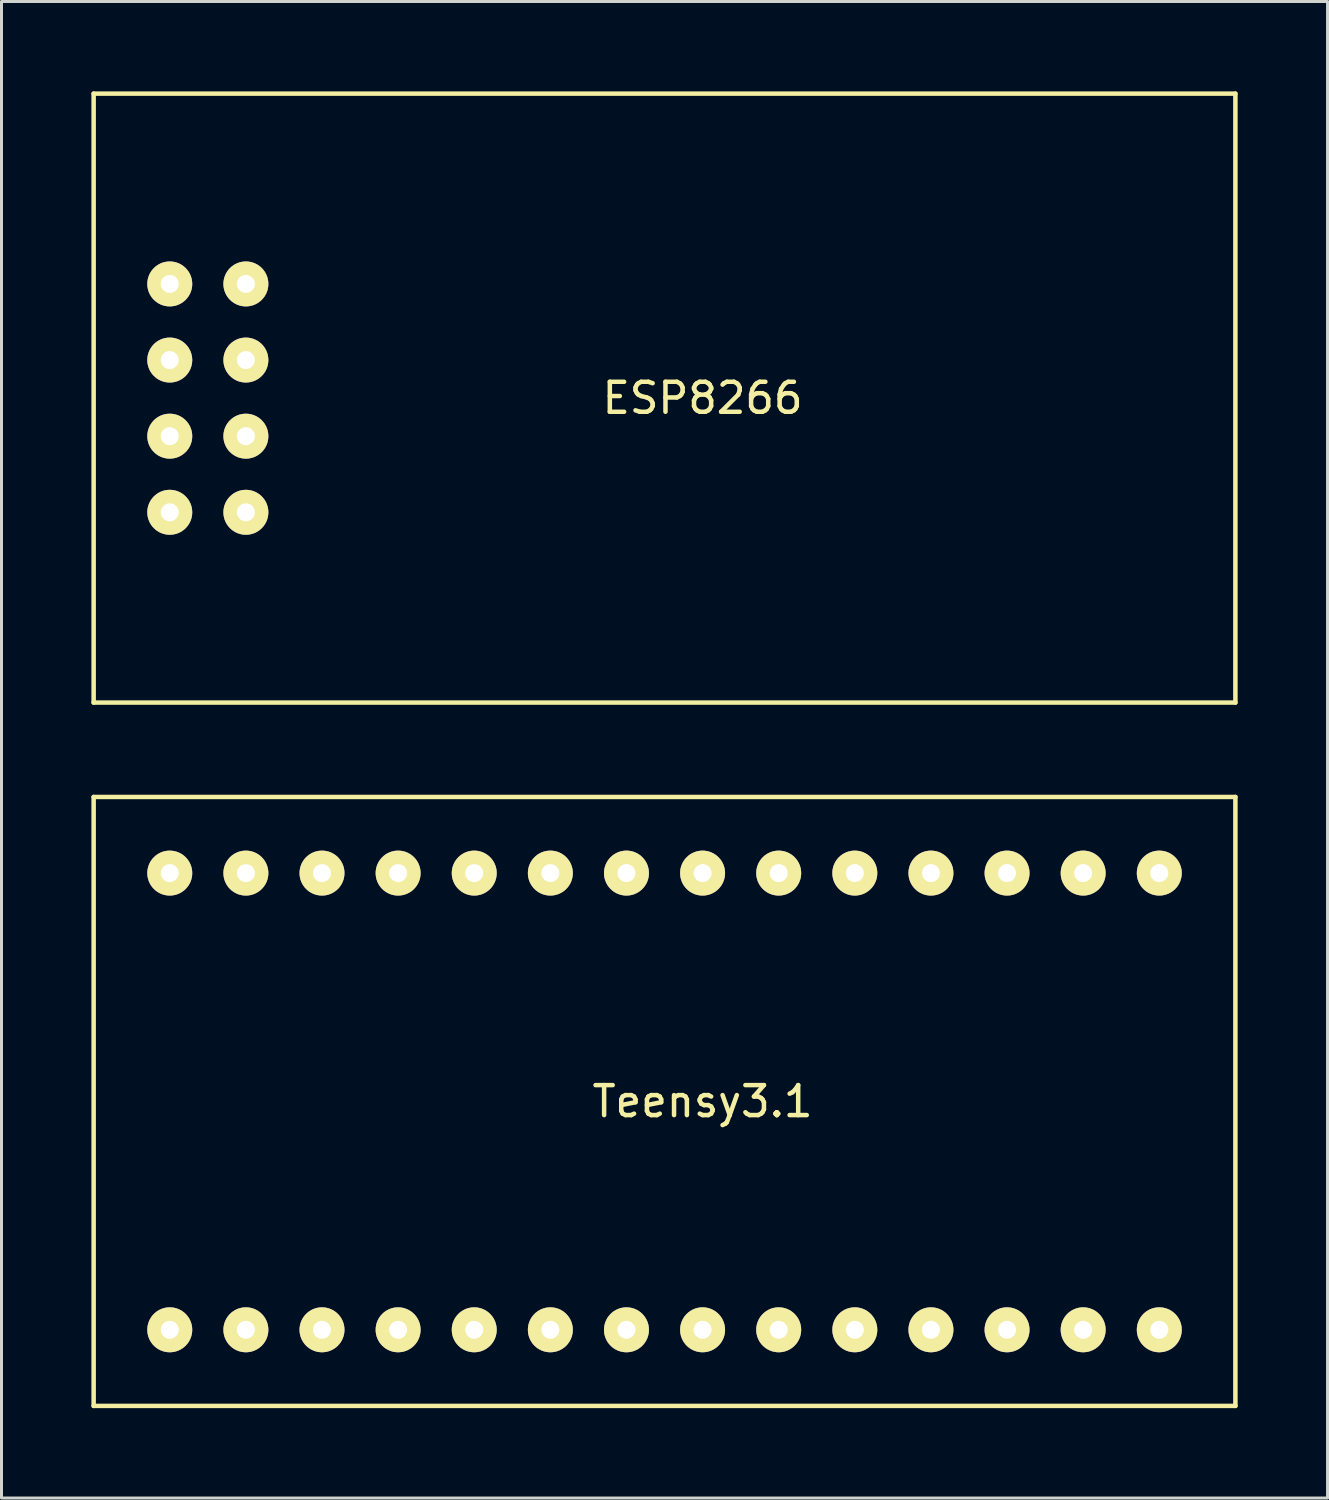
<source format=kicad_pcb>
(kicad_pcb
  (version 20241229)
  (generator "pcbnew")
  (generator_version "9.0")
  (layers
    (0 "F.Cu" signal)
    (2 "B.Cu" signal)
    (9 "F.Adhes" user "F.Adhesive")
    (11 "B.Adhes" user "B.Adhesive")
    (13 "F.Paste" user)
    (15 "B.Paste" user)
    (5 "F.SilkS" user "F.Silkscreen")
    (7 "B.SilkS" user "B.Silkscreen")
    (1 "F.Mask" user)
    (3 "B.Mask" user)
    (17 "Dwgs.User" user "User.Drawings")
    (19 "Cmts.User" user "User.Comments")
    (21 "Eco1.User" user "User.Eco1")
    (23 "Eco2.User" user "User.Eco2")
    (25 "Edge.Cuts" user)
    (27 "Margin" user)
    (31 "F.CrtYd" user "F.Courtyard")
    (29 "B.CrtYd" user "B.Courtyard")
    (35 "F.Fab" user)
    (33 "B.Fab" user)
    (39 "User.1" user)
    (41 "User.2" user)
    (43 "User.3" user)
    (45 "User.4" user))
  (footprint "ESP8266"
    (layer "F.Cu")
    (at 20.395 10.235)
    (property "Reference" "ESP8266" (at 0 0 0) (layer "F.SilkS") (effects (font (size 1 1) (thickness 0.15))))
    (attr through_hole)
    (fp_line (start -20.32 -10.16) (end -20.32 10.16) (stroke (width 0.15) (type solid)) (layer "F.SilkS"))
    (fp_line (start -20.32 10.16) (end 17.78 10.16) (stroke (width 0.15) (type solid)) (layer "F.SilkS"))
    (fp_line (start 17.78 -10.16) (end -20.32 -10.16) (stroke (width 0.15) (type solid)) (layer "F.SilkS"))
    (fp_line (start 17.78 10.16) (end 17.78 -10.16) (stroke (width 0.15) (type solid)) (layer "F.SilkS"))
    (pad "1" thru_hole circle (at -17.78 -3.81) (size 1.5 1.5) (drill 0.6) (layers "*.Cu" "*.Mask" "F.SilkS"))
    (pad "2" thru_hole circle (at -17.78 -1.27) (size 1.5 1.5) (drill 0.6) (layers "*.Cu" "*.Mask" "F.SilkS"))
    (pad "3" thru_hole circle (at -17.78 1.27) (size 1.5 1.5) (drill 0.6) (layers "*.Cu" "*.Mask" "F.SilkS"))
    (pad "4" thru_hole circle (at -17.78 3.81) (size 1.5 1.5) (drill 0.6) (layers "*.Cu" "*.Mask" "F.SilkS"))
    (pad "5" thru_hole circle (at -15.24 -3.81) (size 1.5 1.5) (drill 0.6) (layers "*.Cu" "*.Mask" "F.SilkS"))
    (pad "6" thru_hole circle (at -15.24 -1.27) (size 1.5 1.5) (drill 0.6) (layers "*.Cu" "*.Mask" "F.SilkS"))
    (pad "7" thru_hole circle (at -15.24 1.27) (size 1.5 1.5) (drill 0.6) (layers "*.Cu" "*.Mask" "F.SilkS"))
    (pad "8" thru_hole circle (at -15.24 3.81) (size 1.5 1.5) (drill 0.6) (layers "*.Cu" "*.Mask" "F.SilkS")))
  (footprint "Teensy3.1"
    (layer "F.Cu")
    (at 20.395 33.705)
    (property "Reference" "Teensy3.1" (at 0 0 0) (layer "F.SilkS") (effects (font (size 1 1) (thickness 0.15))))
    (attr through_hole)
    (fp_line (start -20.32 -10.16) (end -20.32 10.16) (stroke (width 0.15) (type solid)) (layer "F.SilkS"))
    (fp_line (start -20.32 10.16) (end 17.78 10.16) (stroke (width 0.15) (type solid)) (layer "F.SilkS"))
    (fp_line (start 17.78 -10.16) (end -20.32 -10.16) (stroke (width 0.15) (type solid)) (layer "F.SilkS"))
    (fp_line (start 17.78 10.16) (end 17.78 -10.16) (stroke (width 0.15) (type solid)) (layer "F.SilkS"))
    (pad "1" thru_hole circle (at -17.78 -7.62) (size 1.5 1.5) (drill 0.6) (layers "*.Cu" "*.Mask" "F.SilkS"))
    (pad "2" thru_hole circle (at -15.24 -7.62) (size 1.5 1.5) (drill 0.6) (layers "*.Cu" "*.Mask" "F.SilkS"))
    (pad "3" thru_hole circle (at -12.7 -7.62) (size 1.5 1.5) (drill 0.6) (layers "*.Cu" "*.Mask" "F.SilkS"))
    (pad "4" thru_hole circle (at -10.16 -7.62) (size 1.5 1.5) (drill 0.6) (layers "*.Cu" "*.Mask" "F.SilkS"))
    (pad "5" thru_hole circle (at -7.62 -7.62) (size 1.5 1.5) (drill 0.6) (layers "*.Cu" "*.Mask" "F.SilkS"))
    (pad "6" thru_hole circle (at -5.08 -7.62) (size 1.5 1.5) (drill 0.6) (layers "*.Cu" "*.Mask" "F.SilkS"))
    (pad "7" thru_hole circle (at -2.54 -7.62) (size 1.5 1.5) (drill 0.6) (layers "*.Cu" "*.Mask" "F.SilkS"))
    (pad "8" thru_hole circle (at 0 -7.62) (size 1.5 1.5) (drill 0.6) (layers "*.Cu" "*.Mask" "F.SilkS"))
    (pad "9" thru_hole circle (at 2.54 -7.62) (size 1.5 1.5) (drill 0.6) (layers "*.Cu" "*.Mask" "F.SilkS"))
    (pad "10" thru_hole circle (at 5.08 -7.62) (size 1.5 1.5) (drill 0.6) (layers "*.Cu" "*.Mask" "F.SilkS"))
    (pad "11" thru_hole circle (at 7.62 -7.62) (size 1.5 1.5) (drill 0.6) (layers "*.Cu" "*.Mask" "F.SilkS"))
    (pad "12" thru_hole circle (at 10.16 -7.62) (size 1.5 1.5) (drill 0.6) (layers "*.Cu" "*.Mask" "F.SilkS"))
    (pad "13" thru_hole circle (at 12.7 -7.62) (size 1.5 1.5) (drill 0.6) (layers "*.Cu" "*.Mask" "F.SilkS"))
    (pad "14" thru_hole circle (at 15.24 -7.62) (size 1.5 1.5) (drill 0.6) (layers "*.Cu" "*.Mask" "F.SilkS"))
    (pad "15" thru_hole circle (at -17.78 7.62) (size 1.5 1.5) (drill 0.6) (layers "*.Cu" "*.Mask" "F.SilkS"))
    (pad "16" thru_hole circle (at -15.24 7.62) (size 1.5 1.5) (drill 0.6) (layers "*.Cu" "*.Mask" "F.SilkS"))
    (pad "17" thru_hole circle (at -12.7 7.62) (size 1.5 1.5) (drill 0.6) (layers "*.Cu" "*.Mask" "F.SilkS"))
    (pad "18" thru_hole circle (at -10.16 7.62) (size 1.5 1.5) (drill 0.6) (layers "*.Cu" "*.Mask" "F.SilkS"))
    (pad "19" thru_hole circle (at -7.62 7.62) (size 1.5 1.5) (drill 0.6) (layers "*.Cu" "*.Mask" "F.SilkS"))
    (pad "20" thru_hole circle (at -5.08 7.62) (size 1.5 1.5) (drill 0.6) (layers "*.Cu" "*.Mask" "F.SilkS"))
    (pad "21" thru_hole circle (at -2.54 7.62) (size 1.5 1.5) (drill 0.6) (layers "*.Cu" "*.Mask" "F.SilkS"))
    (pad "22" thru_hole circle (at 0 7.62) (size 1.5 1.5) (drill 0.6) (layers "*.Cu" "*.Mask" "F.SilkS"))
    (pad "23" thru_hole circle (at 2.54 7.62) (size 1.5 1.5) (drill 0.6) (layers "*.Cu" "*.Mask" "F.SilkS"))
    (pad "24" thru_hole circle (at 5.08 7.62) (size 1.5 1.5) (drill 0.6) (layers "*.Cu" "*.Mask" "F.SilkS"))
    (pad "25" thru_hole circle (at 7.62 7.62) (size 1.5 1.5) (drill 0.6) (layers "*.Cu" "*.Mask" "F.SilkS"))
    (pad "26" thru_hole circle (at 10.16 7.62) (size 1.5 1.5) (drill 0.6) (layers "*.Cu" "*.Mask" "F.SilkS"))
    (pad "27" thru_hole circle (at 12.7 7.62) (size 1.5 1.5) (drill 0.6) (layers "*.Cu" "*.Mask" "F.SilkS"))
    (pad "28" thru_hole circle (at 15.24 7.62) (size 1.5 1.5) (drill 0.6) (layers "*.Cu" "*.Mask" "F.SilkS")))
  (gr_rect
    (start -3 -3)
    (end 41.25 46.94)
    (stroke (width 0.1) (type default))
    (fill no)
    (layer "Edge.Cuts")))
</source>
